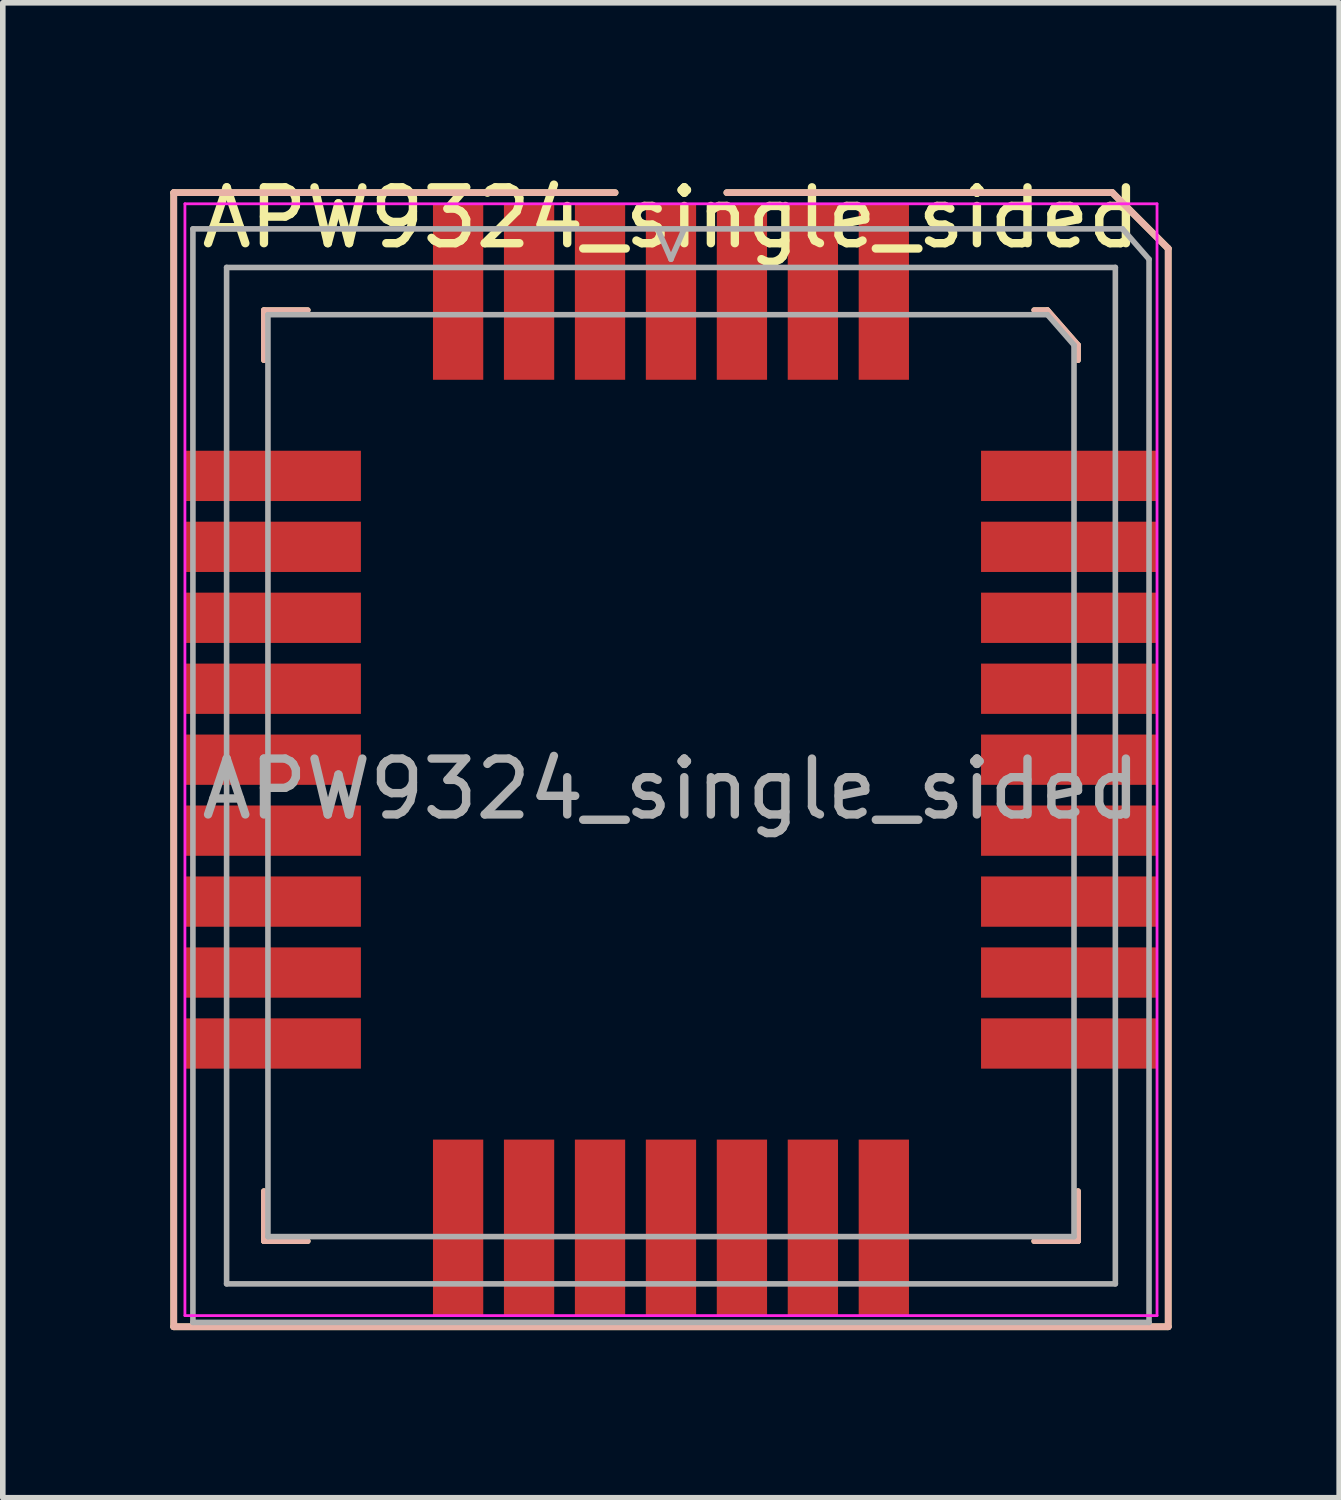
<source format=kicad_pcb>
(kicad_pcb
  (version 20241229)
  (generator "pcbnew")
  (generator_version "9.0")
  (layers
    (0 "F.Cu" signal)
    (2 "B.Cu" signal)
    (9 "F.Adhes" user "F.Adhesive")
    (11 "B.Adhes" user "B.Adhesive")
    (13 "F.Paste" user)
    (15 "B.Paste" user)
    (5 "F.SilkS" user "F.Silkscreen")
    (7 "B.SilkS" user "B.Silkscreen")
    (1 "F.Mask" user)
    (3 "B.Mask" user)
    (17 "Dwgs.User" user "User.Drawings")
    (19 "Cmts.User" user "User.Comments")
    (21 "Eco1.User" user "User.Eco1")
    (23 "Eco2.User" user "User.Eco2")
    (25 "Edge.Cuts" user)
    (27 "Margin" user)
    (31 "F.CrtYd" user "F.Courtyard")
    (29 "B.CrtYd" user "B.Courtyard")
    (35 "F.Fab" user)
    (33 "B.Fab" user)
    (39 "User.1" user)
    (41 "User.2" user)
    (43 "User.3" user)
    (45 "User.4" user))
  (footprint "APW9324_single_sided"
    (layer "F.Cu")
    (at 8.96 10.548)
    (property "Reference" "APW9324_single_sided" (at 0 -9.7 180) (layer "F.SilkS") (effects (font (size 1 1) (thickness 0.15))))
    (attr smd)
    (fp_line (start -8.9 -10.15) (end -1 -10.15) (stroke (width 0.12) (type solid)) (layer "F.SilkS"))
    (fp_line (start -8.9 10.15) (end -8.9 -10.15) (stroke (width 0.12) (type solid)) (layer "F.SilkS"))
    (fp_line (start -7.286 -8.047) (end -7.286 -7.15) (stroke (width 0.1) (type solid)) (layer "F.SilkS"))
    (fp_line (start -7.286 8.618) (end -7.286 7.721) (stroke (width 0.1) (type solid)) (layer "F.SilkS"))
    (fp_line (start -6.501 -8.047) (end -7.286 -8.047) (stroke (width 0.1) (type solid)) (layer "F.SilkS"))
    (fp_line (start -6.501 8.618) (end -7.286 8.618) (stroke (width 0.1) (type solid)) (layer "F.SilkS"))
    (fp_line (start 1 -10.15) (end 7.9 -10.15) (stroke (width 0.12) (type solid)) (layer "F.SilkS"))
    (fp_line (start 6.501 -8.047) (end 6.739 -8.047) (stroke (width 0.1) (type solid)) (layer "F.SilkS"))
    (fp_line (start 6.501 8.618) (end 7.286 8.618) (stroke (width 0.1) (type solid)) (layer "F.SilkS"))
    (fp_line (start 6.739 -8.047) (end 7.286 -7.422) (stroke (width 0.1) (type solid)) (layer "F.SilkS"))
    (fp_line (start 7.286 -7.422) (end 7.286 -7.15) (stroke (width 0.1) (type solid)) (layer "F.SilkS"))
    (fp_line (start 7.286 8.618) (end 7.286 7.721) (stroke (width 0.1) (type solid)) (layer "F.SilkS"))
    (fp_line (start 7.9 -10.15) (end 8.9 -9.15) (stroke (width 0.12) (type solid)) (layer "F.SilkS"))
    (fp_line (start 8.9 -9.15) (end 8.9 10.15) (stroke (width 0.12) (type solid)) (layer "F.SilkS"))
    (fp_line (start 8.9 10.15) (end -8.9 10.15) (stroke (width 0.12) (type solid)) (layer "F.SilkS"))
    (fp_line (start -8.9 -10.15) (end -1 -10.15) (stroke (width 0.12) (type solid)) (layer "B.SilkS"))
    (fp_line (start -8.9 10.15) (end -8.9 -10.15) (stroke (width 0.12) (type solid)) (layer "B.SilkS"))
    (fp_line (start -7.286 -8.047) (end -7.286 -7.15) (stroke (width 0.1) (type solid)) (layer "B.SilkS"))
    (fp_line (start -7.286 8.618) (end -7.286 7.721) (stroke (width 0.1) (type solid)) (layer "B.SilkS"))
    (fp_line (start -6.501 -8.047) (end -7.286 -8.047) (stroke (width 0.1) (type solid)) (layer "B.SilkS"))
    (fp_line (start -6.501 8.618) (end -7.286 8.618) (stroke (width 0.1) (type solid)) (layer "B.SilkS"))
    (fp_line (start 1 -10.15) (end 7.9 -10.15) (stroke (width 0.12) (type solid)) (layer "B.SilkS"))
    (fp_line (start 6.501 -8.047) (end 6.739 -8.047) (stroke (width 0.1) (type solid)) (layer "B.SilkS"))
    (fp_line (start 6.501 8.618) (end 7.286 8.618) (stroke (width 0.1) (type solid)) (layer "B.SilkS"))
    (fp_line (start 6.739 -8.047) (end 7.286 -7.422) (stroke (width 0.1) (type solid)) (layer "B.SilkS"))
    (fp_line (start 7.286 -7.422) (end 7.286 -7.15) (stroke (width 0.1) (type solid)) (layer "B.SilkS"))
    (fp_line (start 7.286 8.618) (end 7.286 7.721) (stroke (width 0.1) (type solid)) (layer "B.SilkS"))
    (fp_line (start 7.9 -10.15) (end 8.9 -9.15) (stroke (width 0.12) (type solid)) (layer "B.SilkS"))
    (fp_line (start 8.9 -9.15) (end 8.9 10.15) (stroke (width 0.12) (type solid)) (layer "B.SilkS"))
    (fp_line (start 8.9 10.15) (end -8.9 10.15) (stroke (width 0.12) (type solid)) (layer "B.SilkS"))
    (fp_line (start -8.7 -9.95) (end 8.7 -9.95) (stroke (width 0.05) (type solid)) (layer "F.CrtYd"))
    (fp_line (start -8.7 9.95) (end -8.7 -9.95) (stroke (width 0.05) (type solid)) (layer "F.CrtYd"))
    (fp_line (start 8.7 -9.95) (end 8.7 9.95) (stroke (width 0.05) (type solid)) (layer "F.CrtYd"))
    (fp_line (start 8.7 9.95) (end -8.7 9.95) (stroke (width 0.05) (type solid)) (layer "F.CrtYd"))
    (fp_line (start -8.557 -9.501) (end 8.082 -9.501) (stroke (width 0.1) (type solid)) (layer "F.Fab"))
    (fp_line (start -8.557 10.072) (end -8.557 -9.501) (stroke (width 0.1) (type solid)) (layer "F.Fab"))
    (fp_line (start -7.954 -8.811) (end 7.954 -8.811) (stroke (width 0.1) (type solid)) (layer "F.Fab"))
    (fp_line (start -7.954 9.382) (end -7.954 -8.811) (stroke (width 0.1) (type solid)) (layer "F.Fab"))
    (fp_line (start -7.214 -7.965) (end 6.739 -7.965) (stroke (width 0.1) (type solid)) (layer "F.Fab"))
    (fp_line (start -7.214 8.536) (end -7.214 -7.965) (stroke (width 0.1) (type solid)) (layer "F.Fab"))
    (fp_line (start 0 -8.958) (end -0.238 -9.501) (stroke (width 0.1) (type solid)) (layer "F.Fab"))
    (fp_line (start 0.238 -9.501) (end 0 -8.958) (stroke (width 0.1) (type solid)) (layer "F.Fab"))
    (fp_line (start 6.739 -7.965) (end 7.214 -7.422) (stroke (width 0.1) (type solid)) (layer "F.Fab"))
    (fp_line (start 7.214 -7.422) (end 7.214 8.536) (stroke (width 0.1) (type solid)) (layer "F.Fab"))
    (fp_line (start 7.214 8.536) (end -7.214 8.536) (stroke (width 0.1) (type solid)) (layer "F.Fab"))
    (fp_line (start 7.954 -8.811) (end 7.954 9.382) (stroke (width 0.1) (type solid)) (layer "F.Fab"))
    (fp_line (start 7.954 9.382) (end -7.954 9.382) (stroke (width 0.1) (type solid)) (layer "F.Fab"))
    (fp_line (start 8.082 -9.501) (end 8.557 -8.958) (stroke (width 0.1) (type solid)) (layer "F.Fab"))
    (fp_line (start 8.557 -8.958) (end 8.557 10.072) (stroke (width 0.1) (type solid)) (layer "F.Fab"))
    (fp_line (start 8.557 10.072) (end -8.557 10.072) (stroke (width 0.1) (type solid)) (layer "F.Fab"))
    (fp_text user "${REFERENCE}" (at 0 0.525 180) (layer "F.Fab") (effects (font (size 1 1) (thickness 0.15))))
    (pad "1" smd rect (at 0 -8.375) (size 0.9 3.15) (layers "F.Cu" "F.Mask" "F.Paste"))
    (pad "2" smd rect (at 1.27 -8.375) (size 0.9 3.15) (layers "F.Cu" "F.Mask" "F.Paste"))
    (pad "3" smd rect (at 2.54 -8.375) (size 0.9 3.15) (layers "F.Cu" "F.Mask" "F.Paste"))
    (pad "4" smd rect (at 3.81 -8.375) (size 0.9 3.15) (layers "F.Cu" "F.Mask" "F.Paste"))
    (pad "5" smd rect (at 7.125 -5.08) (size 3.15 0.9) (layers "F.Cu" "F.Mask" "F.Paste"))
    (pad "6" smd rect (at 7.125 -3.81) (size 3.15 0.9) (layers "F.Cu" "F.Mask" "F.Paste"))
    (pad "7" smd rect (at 7.125 -2.54) (size 3.15 0.9) (layers "F.Cu" "F.Mask" "F.Paste"))
    (pad "8" smd rect (at 7.125 -1.27) (size 3.15 0.9) (layers "F.Cu" "F.Mask" "F.Paste"))
    (pad "9" smd rect (at 7.125 0) (size 3.15 0.9) (layers "F.Cu" "F.Mask" "F.Paste"))
    (pad "10" smd rect (at 7.125 1.27) (size 3.15 0.9) (layers "F.Cu" "F.Mask" "F.Paste"))
    (pad "11" smd rect (at 7.125 2.54) (size 3.15 0.9) (layers "F.Cu" "F.Mask" "F.Paste"))
    (pad "12" smd rect (at 7.125 3.81) (size 3.15 0.9) (layers "F.Cu" "F.Mask" "F.Paste"))
    (pad "13" smd rect (at 7.125 5.08) (size 3.15 0.9) (layers "F.Cu" "F.Mask" "F.Paste"))
    (pad "14" smd rect (at 3.81 8.375) (size 0.9 3.15) (layers "F.Cu" "F.Mask" "F.Paste"))
    (pad "15" smd rect (at 2.54 8.375) (size 0.9 3.15) (layers "F.Cu" "F.Mask" "F.Paste"))
    (pad "16" smd rect (at 1.27 8.375) (size 0.9 3.15) (layers "F.Cu" "F.Mask" "F.Paste"))
    (pad "17" smd rect (at 0 8.375) (size 0.9 3.15) (layers "F.Cu" "F.Mask" "F.Paste"))
    (pad "18" smd rect (at -1.27 8.375) (size 0.9 3.15) (layers "F.Cu" "F.Mask" "F.Paste"))
    (pad "19" smd rect (at -2.54 8.375) (size 0.9 3.15) (layers "F.Cu" "F.Mask" "F.Paste"))
    (pad "20" smd rect (at -3.81 8.375) (size 0.9 3.15) (layers "F.Cu" "F.Mask" "F.Paste"))
    (pad "21" smd rect (at -7.125 5.08) (size 3.15 0.9) (layers "F.Cu" "F.Mask" "F.Paste"))
    (pad "22" smd rect (at -7.125 3.81) (size 3.15 0.9) (layers "F.Cu" "F.Mask" "F.Paste"))
    (pad "23" smd rect (at -7.125 2.54) (size 3.15 0.9) (layers "F.Cu" "F.Mask" "F.Paste"))
    (pad "24" smd rect (at -7.125 1.27) (size 3.15 0.9) (layers "F.Cu" "F.Mask" "F.Paste"))
    (pad "25" smd rect (at -7.125 0) (size 3.15 0.9) (layers "F.Cu" "F.Mask" "F.Paste"))
    (pad "26" smd rect (at -7.125 -1.27) (size 3.15 0.9) (layers "F.Cu" "F.Mask" "F.Paste"))
    (pad "27" smd rect (at -7.125 -2.54) (size 3.15 0.9) (layers "F.Cu" "F.Mask" "F.Paste"))
    (pad "28" smd rect (at -7.125 -3.81) (size 3.15 0.9) (layers "F.Cu" "F.Mask" "F.Paste"))
    (pad "29" smd rect (at -7.125 -5.08) (size 3.15 0.9) (layers "F.Cu" "F.Mask" "F.Paste"))
    (pad "30" smd rect (at -3.81 -8.375) (size 0.9 3.15) (layers "F.Cu" "F.Mask" "F.Paste"))
    (pad "31" smd rect (at -2.54 -8.375) (size 0.9 3.15) (layers "F.Cu" "F.Mask" "F.Paste"))
    (pad "32" smd rect (at -1.27 -8.375) (size 0.9 3.15) (layers "F.Cu" "F.Mask" "F.Paste")))
  (gr_rect
    (start -3 -3)
    (end 20.92 23.758)
    (stroke (width 0.1) (type default))
    (fill no)
    (layer "Edge.Cuts")))
</source>
